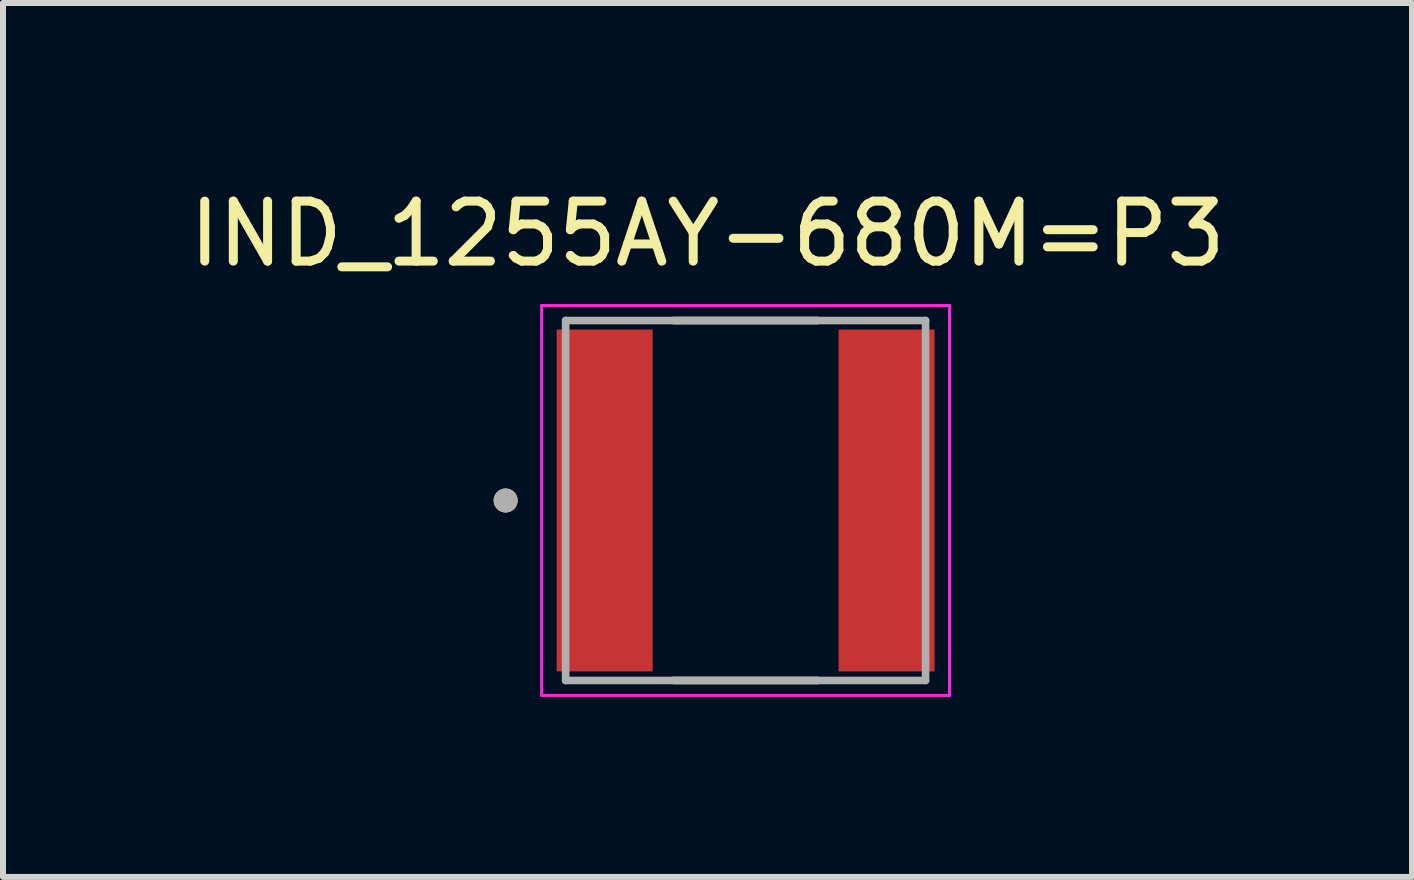
<source format=kicad_pcb>
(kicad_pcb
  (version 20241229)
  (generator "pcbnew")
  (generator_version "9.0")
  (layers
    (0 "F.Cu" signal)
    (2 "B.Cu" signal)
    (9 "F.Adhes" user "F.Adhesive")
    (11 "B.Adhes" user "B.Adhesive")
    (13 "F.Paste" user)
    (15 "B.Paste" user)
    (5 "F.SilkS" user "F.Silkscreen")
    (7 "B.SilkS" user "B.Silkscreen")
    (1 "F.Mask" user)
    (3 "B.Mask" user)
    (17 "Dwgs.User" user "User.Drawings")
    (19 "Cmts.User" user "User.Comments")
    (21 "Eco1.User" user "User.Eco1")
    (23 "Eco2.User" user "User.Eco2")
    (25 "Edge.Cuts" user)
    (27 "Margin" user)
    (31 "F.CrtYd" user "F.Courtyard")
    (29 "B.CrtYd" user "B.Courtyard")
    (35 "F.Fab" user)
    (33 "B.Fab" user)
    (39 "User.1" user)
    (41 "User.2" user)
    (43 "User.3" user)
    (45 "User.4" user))
  (footprint "IND_1255AY-680M=P3"
    (layer "F.Cu")
    (at 9.379 5.293)
    (property "Reference" "IND_1255AY-680M=P3" (at -0.635 -4.445 0) (layer "F.SilkS") (effects (font (size 1 1) (thickness 0.15))))
    (attr smd)
    (fp_line (start -1.2 -3) (end 1.2 -3) (stroke (width 0.127) (type solid)) (layer "F.SilkS"))
    (fp_line (start -1.2 3) (end 1.2 3) (stroke (width 0.127) (type solid)) (layer "F.SilkS"))
    (fp_circle (center -4 0) (end -3.9 0) (stroke (width 0.2) (type solid)) (fill no) (layer "F.SilkS"))
    (fp_line (start -3.4 -3.25) (end 3.4 -3.25) (stroke (width 0.05) (type solid)) (layer "F.CrtYd"))
    (fp_line (start -3.4 3.25) (end -3.4 -3.25) (stroke (width 0.05) (type solid)) (layer "F.CrtYd"))
    (fp_line (start 3.4 -3.25) (end 3.4 3.25) (stroke (width 0.05) (type solid)) (layer "F.CrtYd"))
    (fp_line (start 3.4 3.25) (end -3.4 3.25) (stroke (width 0.05) (type solid)) (layer "F.CrtYd"))
    (fp_line (start -3 -3) (end 3 -3) (stroke (width 0.127) (type solid)) (layer "F.Fab"))
    (fp_line (start -3 3) (end -3 -3) (stroke (width 0.127) (type solid)) (layer "F.Fab"))
    (fp_line (start 3 -3) (end 3 3) (stroke (width 0.127) (type solid)) (layer "F.Fab"))
    (fp_line (start 3 3) (end -3 3) (stroke (width 0.127) (type solid)) (layer "F.Fab"))
    (fp_circle (center -4 0) (end -3.9 0) (stroke (width 0.2) (type solid)) (fill no) (layer "F.Fab"))
    (pad "1" smd rect (at -2.35 0 90) (size 5.7 1.6) (layers "F.Cu" "F.Mask" "F.Paste"))
    (pad "2" smd rect (at 2.35 0 90) (size 5.7 1.6) (layers "F.Cu" "F.Mask" "F.Paste")))
  (gr_rect
    (start -3 -3)
    (end 20.488 11.568)
    (stroke (width 0.1) (type default))
    (fill no)
    (layer "Edge.Cuts")))
</source>
